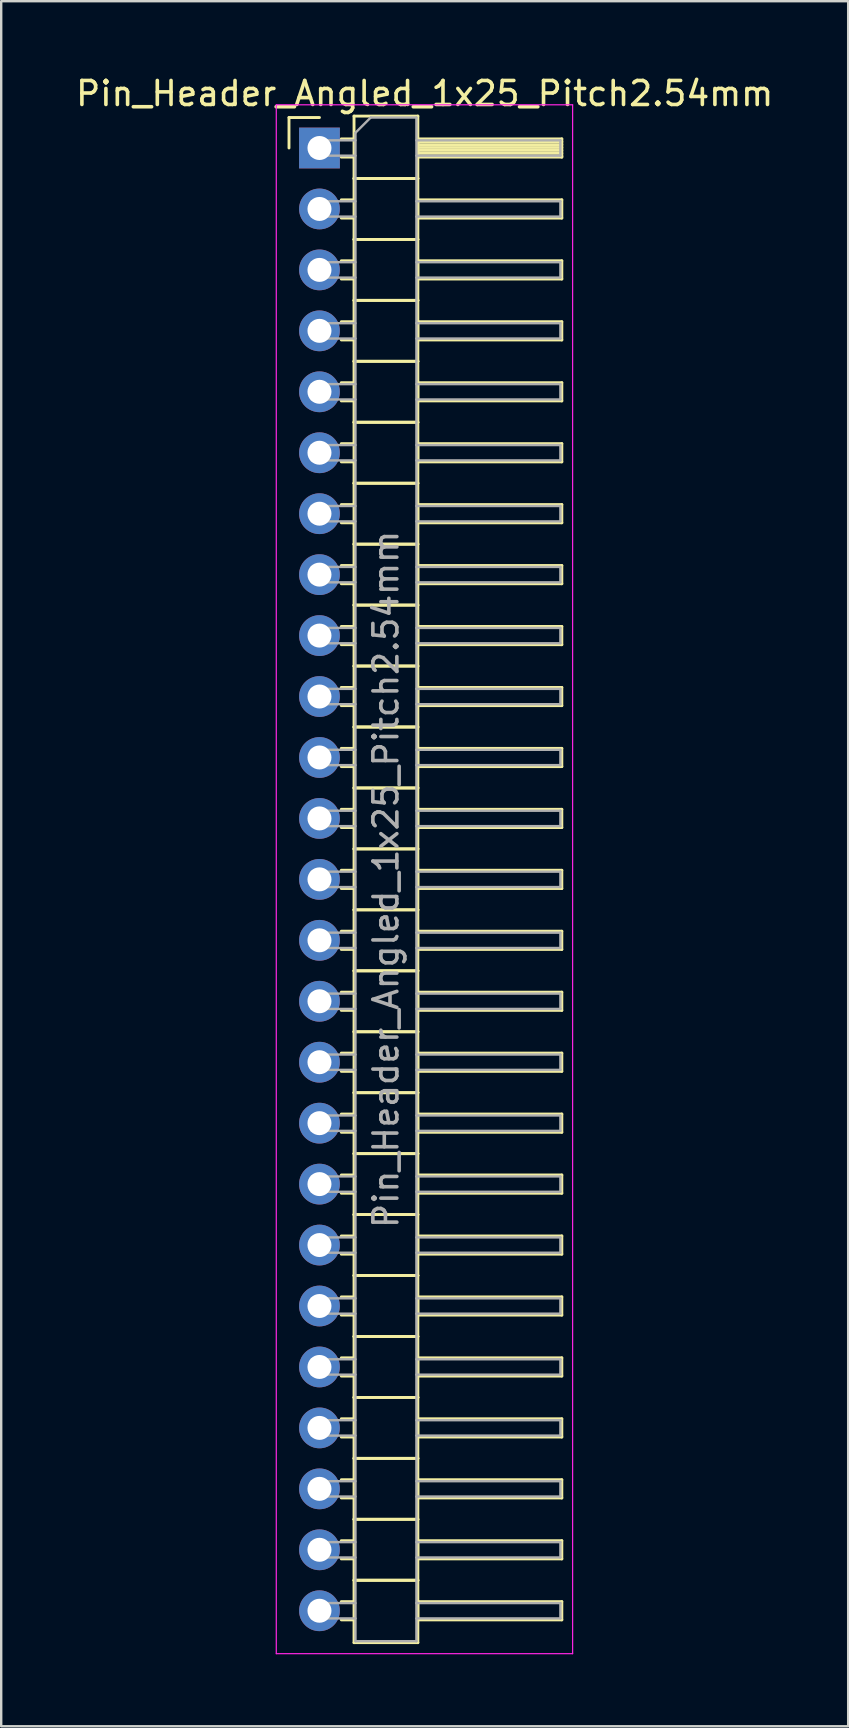
<source format=kicad_pcb>
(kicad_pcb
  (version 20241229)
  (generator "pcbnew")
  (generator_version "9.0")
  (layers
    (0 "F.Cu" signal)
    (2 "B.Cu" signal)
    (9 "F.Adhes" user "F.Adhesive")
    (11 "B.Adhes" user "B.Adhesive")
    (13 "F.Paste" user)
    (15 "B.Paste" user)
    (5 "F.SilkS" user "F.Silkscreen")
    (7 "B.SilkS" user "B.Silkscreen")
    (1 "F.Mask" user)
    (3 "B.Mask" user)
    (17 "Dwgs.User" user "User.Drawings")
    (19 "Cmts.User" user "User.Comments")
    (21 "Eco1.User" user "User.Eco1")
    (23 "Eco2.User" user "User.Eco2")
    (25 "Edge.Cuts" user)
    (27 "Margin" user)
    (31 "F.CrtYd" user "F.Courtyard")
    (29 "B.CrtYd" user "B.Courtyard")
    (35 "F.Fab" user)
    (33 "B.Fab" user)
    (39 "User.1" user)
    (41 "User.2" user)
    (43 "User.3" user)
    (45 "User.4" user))
  (footprint "Pin_Header_Angled_1x25_Pitch2.54mm"
    (layer "F.Cu")
    (at 10.264 3.118)
    (property "Reference" "Pin_Header_Angled_1x25_Pitch2.54mm" (at 4.385 -2.27 0) (layer "F.SilkS") (effects (font (size 1 1) (thickness 0.15))))
    (attr through_hole)
    (fp_line (start -1.27 -1.27) (end 0 -1.27) (stroke (width 0.12) (type solid)) (layer "F.SilkS"))
    (fp_line (start -1.27 0) (end -1.27 -1.27) (stroke (width 0.12) (type solid)) (layer "F.SilkS"))
    (fp_line (start 0.91 -0.38) (end 1.44 -0.38) (stroke (width 0.12) (type solid)) (layer "F.SilkS"))
    (fp_line (start 0.91 0.38) (end 1.44 0.38) (stroke (width 0.12) (type solid)) (layer "F.SilkS"))
    (fp_line (start 0.91 2.16) (end 1.44 2.16) (stroke (width 0.12) (type solid)) (layer "F.SilkS"))
    (fp_line (start 0.91 2.92) (end 1.44 2.92) (stroke (width 0.12) (type solid)) (layer "F.SilkS"))
    (fp_line (start 0.91 4.7) (end 1.44 4.7) (stroke (width 0.12) (type solid)) (layer "F.SilkS"))
    (fp_line (start 0.91 5.46) (end 1.44 5.46) (stroke (width 0.12) (type solid)) (layer "F.SilkS"))
    (fp_line (start 0.91 7.24) (end 1.44 7.24) (stroke (width 0.12) (type solid)) (layer "F.SilkS"))
    (fp_line (start 0.91 8) (end 1.44 8) (stroke (width 0.12) (type solid)) (layer "F.SilkS"))
    (fp_line (start 0.91 9.78) (end 1.44 9.78) (stroke (width 0.12) (type solid)) (layer "F.SilkS"))
    (fp_line (start 0.91 10.54) (end 1.44 10.54) (stroke (width 0.12) (type solid)) (layer "F.SilkS"))
    (fp_line (start 0.91 12.32) (end 1.44 12.32) (stroke (width 0.12) (type solid)) (layer "F.SilkS"))
    (fp_line (start 0.91 13.08) (end 1.44 13.08) (stroke (width 0.12) (type solid)) (layer "F.SilkS"))
    (fp_line (start 0.91 14.86) (end 1.44 14.86) (stroke (width 0.12) (type solid)) (layer "F.SilkS"))
    (fp_line (start 0.91 15.62) (end 1.44 15.62) (stroke (width 0.12) (type solid)) (layer "F.SilkS"))
    (fp_line (start 0.91 17.4) (end 1.44 17.4) (stroke (width 0.12) (type solid)) (layer "F.SilkS"))
    (fp_line (start 0.91 18.16) (end 1.44 18.16) (stroke (width 0.12) (type solid)) (layer "F.SilkS"))
    (fp_line (start 0.91 19.94) (end 1.44 19.94) (stroke (width 0.12) (type solid)) (layer "F.SilkS"))
    (fp_line (start 0.91 20.7) (end 1.44 20.7) (stroke (width 0.12) (type solid)) (layer "F.SilkS"))
    (fp_line (start 0.91 22.48) (end 1.44 22.48) (stroke (width 0.12) (type solid)) (layer "F.SilkS"))
    (fp_line (start 0.91 23.24) (end 1.44 23.24) (stroke (width 0.12) (type solid)) (layer "F.SilkS"))
    (fp_line (start 0.91 25.02) (end 1.44 25.02) (stroke (width 0.12) (type solid)) (layer "F.SilkS"))
    (fp_line (start 0.91 25.78) (end 1.44 25.78) (stroke (width 0.12) (type solid)) (layer "F.SilkS"))
    (fp_line (start 0.91 27.56) (end 1.44 27.56) (stroke (width 0.12) (type solid)) (layer "F.SilkS"))
    (fp_line (start 0.91 28.32) (end 1.44 28.32) (stroke (width 0.12) (type solid)) (layer "F.SilkS"))
    (fp_line (start 0.91 30.1) (end 1.44 30.1) (stroke (width 0.12) (type solid)) (layer "F.SilkS"))
    (fp_line (start 0.91 30.86) (end 1.44 30.86) (stroke (width 0.12) (type solid)) (layer "F.SilkS"))
    (fp_line (start 0.91 32.64) (end 1.44 32.64) (stroke (width 0.12) (type solid)) (layer "F.SilkS"))
    (fp_line (start 0.91 33.4) (end 1.44 33.4) (stroke (width 0.12) (type solid)) (layer "F.SilkS"))
    (fp_line (start 0.91 35.18) (end 1.44 35.18) (stroke (width 0.12) (type solid)) (layer "F.SilkS"))
    (fp_line (start 0.91 35.94) (end 1.44 35.94) (stroke (width 0.12) (type solid)) (layer "F.SilkS"))
    (fp_line (start 0.91 37.72) (end 1.44 37.72) (stroke (width 0.12) (type solid)) (layer "F.SilkS"))
    (fp_line (start 0.91 38.48) (end 1.44 38.48) (stroke (width 0.12) (type solid)) (layer "F.SilkS"))
    (fp_line (start 0.91 40.26) (end 1.44 40.26) (stroke (width 0.12) (type solid)) (layer "F.SilkS"))
    (fp_line (start 0.91 41.02) (end 1.44 41.02) (stroke (width 0.12) (type solid)) (layer "F.SilkS"))
    (fp_line (start 0.91 42.8) (end 1.44 42.8) (stroke (width 0.12) (type solid)) (layer "F.SilkS"))
    (fp_line (start 0.91 43.56) (end 1.44 43.56) (stroke (width 0.12) (type solid)) (layer "F.SilkS"))
    (fp_line (start 0.91 45.34) (end 1.44 45.34) (stroke (width 0.12) (type solid)) (layer "F.SilkS"))
    (fp_line (start 0.91 46.1) (end 1.44 46.1) (stroke (width 0.12) (type solid)) (layer "F.SilkS"))
    (fp_line (start 0.91 47.88) (end 1.44 47.88) (stroke (width 0.12) (type solid)) (layer "F.SilkS"))
    (fp_line (start 0.91 48.64) (end 1.44 48.64) (stroke (width 0.12) (type solid)) (layer "F.SilkS"))
    (fp_line (start 0.91 50.42) (end 1.44 50.42) (stroke (width 0.12) (type solid)) (layer "F.SilkS"))
    (fp_line (start 0.91 51.18) (end 1.44 51.18) (stroke (width 0.12) (type solid)) (layer "F.SilkS"))
    (fp_line (start 0.91 52.96) (end 1.44 52.96) (stroke (width 0.12) (type solid)) (layer "F.SilkS"))
    (fp_line (start 0.91 53.72) (end 1.44 53.72) (stroke (width 0.12) (type solid)) (layer "F.SilkS"))
    (fp_line (start 0.91 55.5) (end 1.44 55.5) (stroke (width 0.12) (type solid)) (layer "F.SilkS"))
    (fp_line (start 0.91 56.26) (end 1.44 56.26) (stroke (width 0.12) (type solid)) (layer "F.SilkS"))
    (fp_line (start 0.91 58.04) (end 1.44 58.04) (stroke (width 0.12) (type solid)) (layer "F.SilkS"))
    (fp_line (start 0.91 58.8) (end 1.44 58.8) (stroke (width 0.12) (type solid)) (layer "F.SilkS"))
    (fp_line (start 0.91 60.58) (end 1.44 60.58) (stroke (width 0.12) (type solid)) (layer "F.SilkS"))
    (fp_line (start 0.91 61.34) (end 1.44 61.34) (stroke (width 0.12) (type solid)) (layer "F.SilkS"))
    (fp_line (start 1.44 -1.33) (end 1.44 1.27) (stroke (width 0.12) (type solid)) (layer "F.SilkS"))
    (fp_line (start 1.44 1.27) (end 1.44 3.81) (stroke (width 0.12) (type solid)) (layer "F.SilkS"))
    (fp_line (start 1.44 1.27) (end 4.1 1.27) (stroke (width 0.12) (type solid)) (layer "F.SilkS"))
    (fp_line (start 1.44 3.81) (end 1.44 6.35) (stroke (width 0.12) (type solid)) (layer "F.SilkS"))
    (fp_line (start 1.44 3.81) (end 4.1 3.81) (stroke (width 0.12) (type solid)) (layer "F.SilkS"))
    (fp_line (start 1.44 6.35) (end 1.44 8.89) (stroke (width 0.12) (type solid)) (layer "F.SilkS"))
    (fp_line (start 1.44 6.35) (end 4.1 6.35) (stroke (width 0.12) (type solid)) (layer "F.SilkS"))
    (fp_line (start 1.44 8.89) (end 1.44 11.43) (stroke (width 0.12) (type solid)) (layer "F.SilkS"))
    (fp_line (start 1.44 8.89) (end 4.1 8.89) (stroke (width 0.12) (type solid)) (layer "F.SilkS"))
    (fp_line (start 1.44 11.43) (end 1.44 13.97) (stroke (width 0.12) (type solid)) (layer "F.SilkS"))
    (fp_line (start 1.44 11.43) (end 4.1 11.43) (stroke (width 0.12) (type solid)) (layer "F.SilkS"))
    (fp_line (start 1.44 13.97) (end 1.44 16.51) (stroke (width 0.12) (type solid)) (layer "F.SilkS"))
    (fp_line (start 1.44 13.97) (end 4.1 13.97) (stroke (width 0.12) (type solid)) (layer "F.SilkS"))
    (fp_line (start 1.44 16.51) (end 1.44 19.05) (stroke (width 0.12) (type solid)) (layer "F.SilkS"))
    (fp_line (start 1.44 16.51) (end 4.1 16.51) (stroke (width 0.12) (type solid)) (layer "F.SilkS"))
    (fp_line (start 1.44 19.05) (end 1.44 21.59) (stroke (width 0.12) (type solid)) (layer "F.SilkS"))
    (fp_line (start 1.44 19.05) (end 4.1 19.05) (stroke (width 0.12) (type solid)) (layer "F.SilkS"))
    (fp_line (start 1.44 21.59) (end 1.44 24.13) (stroke (width 0.12) (type solid)) (layer "F.SilkS"))
    (fp_line (start 1.44 21.59) (end 4.1 21.59) (stroke (width 0.12) (type solid)) (layer "F.SilkS"))
    (fp_line (start 1.44 24.13) (end 1.44 26.67) (stroke (width 0.12) (type solid)) (layer "F.SilkS"))
    (fp_line (start 1.44 24.13) (end 4.1 24.13) (stroke (width 0.12) (type solid)) (layer "F.SilkS"))
    (fp_line (start 1.44 26.67) (end 1.44 29.21) (stroke (width 0.12) (type solid)) (layer "F.SilkS"))
    (fp_line (start 1.44 26.67) (end 4.1 26.67) (stroke (width 0.12) (type solid)) (layer "F.SilkS"))
    (fp_line (start 1.44 29.21) (end 1.44 31.75) (stroke (width 0.12) (type solid)) (layer "F.SilkS"))
    (fp_line (start 1.44 29.21) (end 4.1 29.21) (stroke (width 0.12) (type solid)) (layer "F.SilkS"))
    (fp_line (start 1.44 31.75) (end 1.44 34.29) (stroke (width 0.12) (type solid)) (layer "F.SilkS"))
    (fp_line (start 1.44 31.75) (end 4.1 31.75) (stroke (width 0.12) (type solid)) (layer "F.SilkS"))
    (fp_line (start 1.44 34.29) (end 1.44 36.83) (stroke (width 0.12) (type solid)) (layer "F.SilkS"))
    (fp_line (start 1.44 34.29) (end 4.1 34.29) (stroke (width 0.12) (type solid)) (layer "F.SilkS"))
    (fp_line (start 1.44 36.83) (end 1.44 39.37) (stroke (width 0.12) (type solid)) (layer "F.SilkS"))
    (fp_line (start 1.44 36.83) (end 4.1 36.83) (stroke (width 0.12) (type solid)) (layer "F.SilkS"))
    (fp_line (start 1.44 39.37) (end 1.44 41.91) (stroke (width 0.12) (type solid)) (layer "F.SilkS"))
    (fp_line (start 1.44 39.37) (end 4.1 39.37) (stroke (width 0.12) (type solid)) (layer "F.SilkS"))
    (fp_line (start 1.44 41.91) (end 1.44 44.45) (stroke (width 0.12) (type solid)) (layer "F.SilkS"))
    (fp_line (start 1.44 41.91) (end 4.1 41.91) (stroke (width 0.12) (type solid)) (layer "F.SilkS"))
    (fp_line (start 1.44 44.45) (end 1.44 46.99) (stroke (width 0.12) (type solid)) (layer "F.SilkS"))
    (fp_line (start 1.44 44.45) (end 4.1 44.45) (stroke (width 0.12) (type solid)) (layer "F.SilkS"))
    (fp_line (start 1.44 46.99) (end 1.44 49.53) (stroke (width 0.12) (type solid)) (layer "F.SilkS"))
    (fp_line (start 1.44 46.99) (end 4.1 46.99) (stroke (width 0.12) (type solid)) (layer "F.SilkS"))
    (fp_line (start 1.44 49.53) (end 1.44 52.07) (stroke (width 0.12) (type solid)) (layer "F.SilkS"))
    (fp_line (start 1.44 49.53) (end 4.1 49.53) (stroke (width 0.12) (type solid)) (layer "F.SilkS"))
    (fp_line (start 1.44 52.07) (end 1.44 54.61) (stroke (width 0.12) (type solid)) (layer "F.SilkS"))
    (fp_line (start 1.44 52.07) (end 4.1 52.07) (stroke (width 0.12) (type solid)) (layer "F.SilkS"))
    (fp_line (start 1.44 54.61) (end 1.44 57.15) (stroke (width 0.12) (type solid)) (layer "F.SilkS"))
    (fp_line (start 1.44 54.61) (end 4.1 54.61) (stroke (width 0.12) (type solid)) (layer "F.SilkS"))
    (fp_line (start 1.44 57.15) (end 1.44 59.69) (stroke (width 0.12) (type solid)) (layer "F.SilkS"))
    (fp_line (start 1.44 57.15) (end 4.1 57.15) (stroke (width 0.12) (type solid)) (layer "F.SilkS"))
    (fp_line (start 1.44 59.69) (end 1.44 62.29) (stroke (width 0.12) (type solid)) (layer "F.SilkS"))
    (fp_line (start 1.44 59.69) (end 4.1 59.69) (stroke (width 0.12) (type solid)) (layer "F.SilkS"))
    (fp_line (start 1.44 62.29) (end 4.1 62.29) (stroke (width 0.12) (type solid)) (layer "F.SilkS"))
    (fp_line (start 4.1 -1.33) (end 1.44 -1.33) (stroke (width 0.12) (type solid)) (layer "F.SilkS"))
    (fp_line (start 4.1 -0.38) (end 4.1 0.38) (stroke (width 0.12) (type solid)) (layer "F.SilkS"))
    (fp_line (start 4.1 -0.26) (end 10.1 -0.26) (stroke (width 0.12) (type solid)) (layer "F.SilkS"))
    (fp_line (start 4.1 -0.14) (end 10.1 -0.14) (stroke (width 0.12) (type solid)) (layer "F.SilkS"))
    (fp_line (start 4.1 -0.02) (end 10.1 -0.02) (stroke (width 0.12) (type solid)) (layer "F.SilkS"))
    (fp_line (start 4.1 0.1) (end 10.1 0.1) (stroke (width 0.12) (type solid)) (layer "F.SilkS"))
    (fp_line (start 4.1 0.22) (end 10.1 0.22) (stroke (width 0.12) (type solid)) (layer "F.SilkS"))
    (fp_line (start 4.1 0.34) (end 10.1 0.34) (stroke (width 0.12) (type solid)) (layer "F.SilkS"))
    (fp_line (start 4.1 0.38) (end 10.1 0.38) (stroke (width 0.12) (type solid)) (layer "F.SilkS"))
    (fp_line (start 4.1 1.27) (end 1.44 1.27) (stroke (width 0.12) (type solid)) (layer "F.SilkS"))
    (fp_line (start 4.1 1.27) (end 4.1 -1.33) (stroke (width 0.12) (type solid)) (layer "F.SilkS"))
    (fp_line (start 4.1 2.16) (end 4.1 2.92) (stroke (width 0.12) (type solid)) (layer "F.SilkS"))
    (fp_line (start 4.1 2.92) (end 10.1 2.92) (stroke (width 0.12) (type solid)) (layer "F.SilkS"))
    (fp_line (start 4.1 3.81) (end 1.44 3.81) (stroke (width 0.12) (type solid)) (layer "F.SilkS"))
    (fp_line (start 4.1 3.81) (end 4.1 1.27) (stroke (width 0.12) (type solid)) (layer "F.SilkS"))
    (fp_line (start 4.1 4.7) (end 4.1 5.46) (stroke (width 0.12) (type solid)) (layer "F.SilkS"))
    (fp_line (start 4.1 5.46) (end 10.1 5.46) (stroke (width 0.12) (type solid)) (layer "F.SilkS"))
    (fp_line (start 4.1 6.35) (end 1.44 6.35) (stroke (width 0.12) (type solid)) (layer "F.SilkS"))
    (fp_line (start 4.1 6.35) (end 4.1 3.81) (stroke (width 0.12) (type solid)) (layer "F.SilkS"))
    (fp_line (start 4.1 7.24) (end 4.1 8) (stroke (width 0.12) (type solid)) (layer "F.SilkS"))
    (fp_line (start 4.1 8) (end 10.1 8) (stroke (width 0.12) (type solid)) (layer "F.SilkS"))
    (fp_line (start 4.1 8.89) (end 1.44 8.89) (stroke (width 0.12) (type solid)) (layer "F.SilkS"))
    (fp_line (start 4.1 8.89) (end 4.1 6.35) (stroke (width 0.12) (type solid)) (layer "F.SilkS"))
    (fp_line (start 4.1 9.78) (end 4.1 10.54) (stroke (width 0.12) (type solid)) (layer "F.SilkS"))
    (fp_line (start 4.1 10.54) (end 10.1 10.54) (stroke (width 0.12) (type solid)) (layer "F.SilkS"))
    (fp_line (start 4.1 11.43) (end 1.44 11.43) (stroke (width 0.12) (type solid)) (layer "F.SilkS"))
    (fp_line (start 4.1 11.43) (end 4.1 8.89) (stroke (width 0.12) (type solid)) (layer "F.SilkS"))
    (fp_line (start 4.1 12.32) (end 4.1 13.08) (stroke (width 0.12) (type solid)) (layer "F.SilkS"))
    (fp_line (start 4.1 13.08) (end 10.1 13.08) (stroke (width 0.12) (type solid)) (layer "F.SilkS"))
    (fp_line (start 4.1 13.97) (end 1.44 13.97) (stroke (width 0.12) (type solid)) (layer "F.SilkS"))
    (fp_line (start 4.1 13.97) (end 4.1 11.43) (stroke (width 0.12) (type solid)) (layer "F.SilkS"))
    (fp_line (start 4.1 14.86) (end 4.1 15.62) (stroke (width 0.12) (type solid)) (layer "F.SilkS"))
    (fp_line (start 4.1 15.62) (end 10.1 15.62) (stroke (width 0.12) (type solid)) (layer "F.SilkS"))
    (fp_line (start 4.1 16.51) (end 1.44 16.51) (stroke (width 0.12) (type solid)) (layer "F.SilkS"))
    (fp_line (start 4.1 16.51) (end 4.1 13.97) (stroke (width 0.12) (type solid)) (layer "F.SilkS"))
    (fp_line (start 4.1 17.4) (end 4.1 18.16) (stroke (width 0.12) (type solid)) (layer "F.SilkS"))
    (fp_line (start 4.1 18.16) (end 10.1 18.16) (stroke (width 0.12) (type solid)) (layer "F.SilkS"))
    (fp_line (start 4.1 19.05) (end 1.44 19.05) (stroke (width 0.12) (type solid)) (layer "F.SilkS"))
    (fp_line (start 4.1 19.05) (end 4.1 16.51) (stroke (width 0.12) (type solid)) (layer "F.SilkS"))
    (fp_line (start 4.1 19.94) (end 4.1 20.7) (stroke (width 0.12) (type solid)) (layer "F.SilkS"))
    (fp_line (start 4.1 20.7) (end 10.1 20.7) (stroke (width 0.12) (type solid)) (layer "F.SilkS"))
    (fp_line (start 4.1 21.59) (end 1.44 21.59) (stroke (width 0.12) (type solid)) (layer "F.SilkS"))
    (fp_line (start 4.1 21.59) (end 4.1 19.05) (stroke (width 0.12) (type solid)) (layer "F.SilkS"))
    (fp_line (start 4.1 22.48) (end 4.1 23.24) (stroke (width 0.12) (type solid)) (layer "F.SilkS"))
    (fp_line (start 4.1 23.24) (end 10.1 23.24) (stroke (width 0.12) (type solid)) (layer "F.SilkS"))
    (fp_line (start 4.1 24.13) (end 1.44 24.13) (stroke (width 0.12) (type solid)) (layer "F.SilkS"))
    (fp_line (start 4.1 24.13) (end 4.1 21.59) (stroke (width 0.12) (type solid)) (layer "F.SilkS"))
    (fp_line (start 4.1 25.02) (end 4.1 25.78) (stroke (width 0.12) (type solid)) (layer "F.SilkS"))
    (fp_line (start 4.1 25.78) (end 10.1 25.78) (stroke (width 0.12) (type solid)) (layer "F.SilkS"))
    (fp_line (start 4.1 26.67) (end 1.44 26.67) (stroke (width 0.12) (type solid)) (layer "F.SilkS"))
    (fp_line (start 4.1 26.67) (end 4.1 24.13) (stroke (width 0.12) (type solid)) (layer "F.SilkS"))
    (fp_line (start 4.1 27.56) (end 4.1 28.32) (stroke (width 0.12) (type solid)) (layer "F.SilkS"))
    (fp_line (start 4.1 28.32) (end 10.1 28.32) (stroke (width 0.12) (type solid)) (layer "F.SilkS"))
    (fp_line (start 4.1 29.21) (end 1.44 29.21) (stroke (width 0.12) (type solid)) (layer "F.SilkS"))
    (fp_line (start 4.1 29.21) (end 4.1 26.67) (stroke (width 0.12) (type solid)) (layer "F.SilkS"))
    (fp_line (start 4.1 30.1) (end 4.1 30.86) (stroke (width 0.12) (type solid)) (layer "F.SilkS"))
    (fp_line (start 4.1 30.86) (end 10.1 30.86) (stroke (width 0.12) (type solid)) (layer "F.SilkS"))
    (fp_line (start 4.1 31.75) (end 1.44 31.75) (stroke (width 0.12) (type solid)) (layer "F.SilkS"))
    (fp_line (start 4.1 31.75) (end 4.1 29.21) (stroke (width 0.12) (type solid)) (layer "F.SilkS"))
    (fp_line (start 4.1 32.64) (end 4.1 33.4) (stroke (width 0.12) (type solid)) (layer "F.SilkS"))
    (fp_line (start 4.1 33.4) (end 10.1 33.4) (stroke (width 0.12) (type solid)) (layer "F.SilkS"))
    (fp_line (start 4.1 34.29) (end 1.44 34.29) (stroke (width 0.12) (type solid)) (layer "F.SilkS"))
    (fp_line (start 4.1 34.29) (end 4.1 31.75) (stroke (width 0.12) (type solid)) (layer "F.SilkS"))
    (fp_line (start 4.1 35.18) (end 4.1 35.94) (stroke (width 0.12) (type solid)) (layer "F.SilkS"))
    (fp_line (start 4.1 35.94) (end 10.1 35.94) (stroke (width 0.12) (type solid)) (layer "F.SilkS"))
    (fp_line (start 4.1 36.83) (end 1.44 36.83) (stroke (width 0.12) (type solid)) (layer "F.SilkS"))
    (fp_line (start 4.1 36.83) (end 4.1 34.29) (stroke (width 0.12) (type solid)) (layer "F.SilkS"))
    (fp_line (start 4.1 37.72) (end 4.1 38.48) (stroke (width 0.12) (type solid)) (layer "F.SilkS"))
    (fp_line (start 4.1 38.48) (end 10.1 38.48) (stroke (width 0.12) (type solid)) (layer "F.SilkS"))
    (fp_line (start 4.1 39.37) (end 1.44 39.37) (stroke (width 0.12) (type solid)) (layer "F.SilkS"))
    (fp_line (start 4.1 39.37) (end 4.1 36.83) (stroke (width 0.12) (type solid)) (layer "F.SilkS"))
    (fp_line (start 4.1 40.26) (end 4.1 41.02) (stroke (width 0.12) (type solid)) (layer "F.SilkS"))
    (fp_line (start 4.1 41.02) (end 10.1 41.02) (stroke (width 0.12) (type solid)) (layer "F.SilkS"))
    (fp_line (start 4.1 41.91) (end 1.44 41.91) (stroke (width 0.12) (type solid)) (layer "F.SilkS"))
    (fp_line (start 4.1 41.91) (end 4.1 39.37) (stroke (width 0.12) (type solid)) (layer "F.SilkS"))
    (fp_line (start 4.1 42.8) (end 4.1 43.56) (stroke (width 0.12) (type solid)) (layer "F.SilkS"))
    (fp_line (start 4.1 43.56) (end 10.1 43.56) (stroke (width 0.12) (type solid)) (layer "F.SilkS"))
    (fp_line (start 4.1 44.45) (end 1.44 44.45) (stroke (width 0.12) (type solid)) (layer "F.SilkS"))
    (fp_line (start 4.1 44.45) (end 4.1 41.91) (stroke (width 0.12) (type solid)) (layer "F.SilkS"))
    (fp_line (start 4.1 45.34) (end 4.1 46.1) (stroke (width 0.12) (type solid)) (layer "F.SilkS"))
    (fp_line (start 4.1 46.1) (end 10.1 46.1) (stroke (width 0.12) (type solid)) (layer "F.SilkS"))
    (fp_line (start 4.1 46.99) (end 1.44 46.99) (stroke (width 0.12) (type solid)) (layer "F.SilkS"))
    (fp_line (start 4.1 46.99) (end 4.1 44.45) (stroke (width 0.12) (type solid)) (layer "F.SilkS"))
    (fp_line (start 4.1 47.88) (end 4.1 48.64) (stroke (width 0.12) (type solid)) (layer "F.SilkS"))
    (fp_line (start 4.1 48.64) (end 10.1 48.64) (stroke (width 0.12) (type solid)) (layer "F.SilkS"))
    (fp_line (start 4.1 49.53) (end 1.44 49.53) (stroke (width 0.12) (type solid)) (layer "F.SilkS"))
    (fp_line (start 4.1 49.53) (end 4.1 46.99) (stroke (width 0.12) (type solid)) (layer "F.SilkS"))
    (fp_line (start 4.1 50.42) (end 4.1 51.18) (stroke (width 0.12) (type solid)) (layer "F.SilkS"))
    (fp_line (start 4.1 51.18) (end 10.1 51.18) (stroke (width 0.12) (type solid)) (layer "F.SilkS"))
    (fp_line (start 4.1 52.07) (end 1.44 52.07) (stroke (width 0.12) (type solid)) (layer "F.SilkS"))
    (fp_line (start 4.1 52.07) (end 4.1 49.53) (stroke (width 0.12) (type solid)) (layer "F.SilkS"))
    (fp_line (start 4.1 52.96) (end 4.1 53.72) (stroke (width 0.12) (type solid)) (layer "F.SilkS"))
    (fp_line (start 4.1 53.72) (end 10.1 53.72) (stroke (width 0.12) (type solid)) (layer "F.SilkS"))
    (fp_line (start 4.1 54.61) (end 1.44 54.61) (stroke (width 0.12) (type solid)) (layer "F.SilkS"))
    (fp_line (start 4.1 54.61) (end 4.1 52.07) (stroke (width 0.12) (type solid)) (layer "F.SilkS"))
    (fp_line (start 4.1 55.5) (end 4.1 56.26) (stroke (width 0.12) (type solid)) (layer "F.SilkS"))
    (fp_line (start 4.1 56.26) (end 10.1 56.26) (stroke (width 0.12) (type solid)) (layer "F.SilkS"))
    (fp_line (start 4.1 57.15) (end 1.44 57.15) (stroke (width 0.12) (type solid)) (layer "F.SilkS"))
    (fp_line (start 4.1 57.15) (end 4.1 54.61) (stroke (width 0.12) (type solid)) (layer "F.SilkS"))
    (fp_line (start 4.1 58.04) (end 4.1 58.8) (stroke (width 0.12) (type solid)) (layer "F.SilkS"))
    (fp_line (start 4.1 58.8) (end 10.1 58.8) (stroke (width 0.12) (type solid)) (layer "F.SilkS"))
    (fp_line (start 4.1 59.69) (end 1.44 59.69) (stroke (width 0.12) (type solid)) (layer "F.SilkS"))
    (fp_line (start 4.1 59.69) (end 4.1 57.15) (stroke (width 0.12) (type solid)) (layer "F.SilkS"))
    (fp_line (start 4.1 60.58) (end 4.1 61.34) (stroke (width 0.12) (type solid)) (layer "F.SilkS"))
    (fp_line (start 4.1 61.34) (end 10.1 61.34) (stroke (width 0.12) (type solid)) (layer "F.SilkS"))
    (fp_line (start 4.1 62.29) (end 4.1 59.69) (stroke (width 0.12) (type solid)) (layer "F.SilkS"))
    (fp_line (start 10.1 -0.38) (end 4.1 -0.38) (stroke (width 0.12) (type solid)) (layer "F.SilkS"))
    (fp_line (start 10.1 0.38) (end 10.1 -0.38) (stroke (width 0.12) (type solid)) (layer "F.SilkS"))
    (fp_line (start 10.1 2.16) (end 4.1 2.16) (stroke (width 0.12) (type solid)) (layer "F.SilkS"))
    (fp_line (start 10.1 2.92) (end 10.1 2.16) (stroke (width 0.12) (type solid)) (layer "F.SilkS"))
    (fp_line (start 10.1 4.7) (end 4.1 4.7) (stroke (width 0.12) (type solid)) (layer "F.SilkS"))
    (fp_line (start 10.1 5.46) (end 10.1 4.7) (stroke (width 0.12) (type solid)) (layer "F.SilkS"))
    (fp_line (start 10.1 7.24) (end 4.1 7.24) (stroke (width 0.12) (type solid)) (layer "F.SilkS"))
    (fp_line (start 10.1 8) (end 10.1 7.24) (stroke (width 0.12) (type solid)) (layer "F.SilkS"))
    (fp_line (start 10.1 9.78) (end 4.1 9.78) (stroke (width 0.12) (type solid)) (layer "F.SilkS"))
    (fp_line (start 10.1 10.54) (end 10.1 9.78) (stroke (width 0.12) (type solid)) (layer "F.SilkS"))
    (fp_line (start 10.1 12.32) (end 4.1 12.32) (stroke (width 0.12) (type solid)) (layer "F.SilkS"))
    (fp_line (start 10.1 13.08) (end 10.1 12.32) (stroke (width 0.12) (type solid)) (layer "F.SilkS"))
    (fp_line (start 10.1 14.86) (end 4.1 14.86) (stroke (width 0.12) (type solid)) (layer "F.SilkS"))
    (fp_line (start 10.1 15.62) (end 10.1 14.86) (stroke (width 0.12) (type solid)) (layer "F.SilkS"))
    (fp_line (start 10.1 17.4) (end 4.1 17.4) (stroke (width 0.12) (type solid)) (layer "F.SilkS"))
    (fp_line (start 10.1 18.16) (end 10.1 17.4) (stroke (width 0.12) (type solid)) (layer "F.SilkS"))
    (fp_line (start 10.1 19.94) (end 4.1 19.94) (stroke (width 0.12) (type solid)) (layer "F.SilkS"))
    (fp_line (start 10.1 20.7) (end 10.1 19.94) (stroke (width 0.12) (type solid)) (layer "F.SilkS"))
    (fp_line (start 10.1 22.48) (end 4.1 22.48) (stroke (width 0.12) (type solid)) (layer "F.SilkS"))
    (fp_line (start 10.1 23.24) (end 10.1 22.48) (stroke (width 0.12) (type solid)) (layer "F.SilkS"))
    (fp_line (start 10.1 25.02) (end 4.1 25.02) (stroke (width 0.12) (type solid)) (layer "F.SilkS"))
    (fp_line (start 10.1 25.78) (end 10.1 25.02) (stroke (width 0.12) (type solid)) (layer "F.SilkS"))
    (fp_line (start 10.1 27.56) (end 4.1 27.56) (stroke (width 0.12) (type solid)) (layer "F.SilkS"))
    (fp_line (start 10.1 28.32) (end 10.1 27.56) (stroke (width 0.12) (type solid)) (layer "F.SilkS"))
    (fp_line (start 10.1 30.1) (end 4.1 30.1) (stroke (width 0.12) (type solid)) (layer "F.SilkS"))
    (fp_line (start 10.1 30.86) (end 10.1 30.1) (stroke (width 0.12) (type solid)) (layer "F.SilkS"))
    (fp_line (start 10.1 32.64) (end 4.1 32.64) (stroke (width 0.12) (type solid)) (layer "F.SilkS"))
    (fp_line (start 10.1 33.4) (end 10.1 32.64) (stroke (width 0.12) (type solid)) (layer "F.SilkS"))
    (fp_line (start 10.1 35.18) (end 4.1 35.18) (stroke (width 0.12) (type solid)) (layer "F.SilkS"))
    (fp_line (start 10.1 35.94) (end 10.1 35.18) (stroke (width 0.12) (type solid)) (layer "F.SilkS"))
    (fp_line (start 10.1 37.72) (end 4.1 37.72) (stroke (width 0.12) (type solid)) (layer "F.SilkS"))
    (fp_line (start 10.1 38.48) (end 10.1 37.72) (stroke (width 0.12) (type solid)) (layer "F.SilkS"))
    (fp_line (start 10.1 40.26) (end 4.1 40.26) (stroke (width 0.12) (type solid)) (layer "F.SilkS"))
    (fp_line (start 10.1 41.02) (end 10.1 40.26) (stroke (width 0.12) (type solid)) (layer "F.SilkS"))
    (fp_line (start 10.1 42.8) (end 4.1 42.8) (stroke (width 0.12) (type solid)) (layer "F.SilkS"))
    (fp_line (start 10.1 43.56) (end 10.1 42.8) (stroke (width 0.12) (type solid)) (layer "F.SilkS"))
    (fp_line (start 10.1 45.34) (end 4.1 45.34) (stroke (width 0.12) (type solid)) (layer "F.SilkS"))
    (fp_line (start 10.1 46.1) (end 10.1 45.34) (stroke (width 0.12) (type solid)) (layer "F.SilkS"))
    (fp_line (start 10.1 47.88) (end 4.1 47.88) (stroke (width 0.12) (type solid)) (layer "F.SilkS"))
    (fp_line (start 10.1 48.64) (end 10.1 47.88) (stroke (width 0.12) (type solid)) (layer "F.SilkS"))
    (fp_line (start 10.1 50.42) (end 4.1 50.42) (stroke (width 0.12) (type solid)) (layer "F.SilkS"))
    (fp_line (start 10.1 51.18) (end 10.1 50.42) (stroke (width 0.12) (type solid)) (layer "F.SilkS"))
    (fp_line (start 10.1 52.96) (end 4.1 52.96) (stroke (width 0.12) (type solid)) (layer "F.SilkS"))
    (fp_line (start 10.1 53.72) (end 10.1 52.96) (stroke (width 0.12) (type solid)) (layer "F.SilkS"))
    (fp_line (start 10.1 55.5) (end 4.1 55.5) (stroke (width 0.12) (type solid)) (layer "F.SilkS"))
    (fp_line (start 10.1 56.26) (end 10.1 55.5) (stroke (width 0.12) (type solid)) (layer "F.SilkS"))
    (fp_line (start 10.1 58.04) (end 4.1 58.04) (stroke (width 0.12) (type solid)) (layer "F.SilkS"))
    (fp_line (start 10.1 58.8) (end 10.1 58.04) (stroke (width 0.12) (type solid)) (layer "F.SilkS"))
    (fp_line (start 10.1 60.58) (end 4.1 60.58) (stroke (width 0.12) (type solid)) (layer "F.SilkS"))
    (fp_line (start 10.1 61.34) (end 10.1 60.58) (stroke (width 0.12) (type solid)) (layer "F.SilkS"))
    (fp_line (start -1.8 -1.8) (end -1.8 62.75) (stroke (width 0.05) (type solid)) (layer "F.CrtYd"))
    (fp_line (start -1.8 62.75) (end 10.55 62.75) (stroke (width 0.05) (type solid)) (layer "F.CrtYd"))
    (fp_line (start 10.55 -1.8) (end -1.8 -1.8) (stroke (width 0.05) (type solid)) (layer "F.CrtYd"))
    (fp_line (start 10.55 62.75) (end 10.55 -1.8) (stroke (width 0.05) (type solid)) (layer "F.CrtYd"))
    (fp_line (start -0.32 -0.32) (end -0.32 0.32) (stroke (width 0.1) (type solid)) (layer "F.Fab"))
    (fp_line (start -0.32 -0.32) (end 1.5 -0.32) (stroke (width 0.1) (type solid)) (layer "F.Fab"))
    (fp_line (start -0.32 0.32) (end 1.5 0.32) (stroke (width 0.1) (type solid)) (layer "F.Fab"))
    (fp_line (start -0.32 2.22) (end -0.32 2.86) (stroke (width 0.1) (type solid)) (layer "F.Fab"))
    (fp_line (start -0.32 2.22) (end 1.5 2.22) (stroke (width 0.1) (type solid)) (layer "F.Fab"))
    (fp_line (start -0.32 2.86) (end 1.5 2.86) (stroke (width 0.1) (type solid)) (layer "F.Fab"))
    (fp_line (start -0.32 4.76) (end -0.32 5.4) (stroke (width 0.1) (type solid)) (layer "F.Fab"))
    (fp_line (start -0.32 4.76) (end 1.5 4.76) (stroke (width 0.1) (type solid)) (layer "F.Fab"))
    (fp_line (start -0.32 5.4) (end 1.5 5.4) (stroke (width 0.1) (type solid)) (layer "F.Fab"))
    (fp_line (start -0.32 7.3) (end -0.32 7.94) (stroke (width 0.1) (type solid)) (layer "F.Fab"))
    (fp_line (start -0.32 7.3) (end 1.5 7.3) (stroke (width 0.1) (type solid)) (layer "F.Fab"))
    (fp_line (start -0.32 7.94) (end 1.5 7.94) (stroke (width 0.1) (type solid)) (layer "F.Fab"))
    (fp_line (start -0.32 9.84) (end -0.32 10.48) (stroke (width 0.1) (type solid)) (layer "F.Fab"))
    (fp_line (start -0.32 9.84) (end 1.5 9.84) (stroke (width 0.1) (type solid)) (layer "F.Fab"))
    (fp_line (start -0.32 10.48) (end 1.5 10.48) (stroke (width 0.1) (type solid)) (layer "F.Fab"))
    (fp_line (start -0.32 12.38) (end -0.32 13.02) (stroke (width 0.1) (type solid)) (layer "F.Fab"))
    (fp_line (start -0.32 12.38) (end 1.5 12.38) (stroke (width 0.1) (type solid)) (layer "F.Fab"))
    (fp_line (start -0.32 13.02) (end 1.5 13.02) (stroke (width 0.1) (type solid)) (layer "F.Fab"))
    (fp_line (start -0.32 14.92) (end -0.32 15.56) (stroke (width 0.1) (type solid)) (layer "F.Fab"))
    (fp_line (start -0.32 14.92) (end 1.5 14.92) (stroke (width 0.1) (type solid)) (layer "F.Fab"))
    (fp_line (start -0.32 15.56) (end 1.5 15.56) (stroke (width 0.1) (type solid)) (layer "F.Fab"))
    (fp_line (start -0.32 17.46) (end -0.32 18.1) (stroke (width 0.1) (type solid)) (layer "F.Fab"))
    (fp_line (start -0.32 17.46) (end 1.5 17.46) (stroke (width 0.1) (type solid)) (layer "F.Fab"))
    (fp_line (start -0.32 18.1) (end 1.5 18.1) (stroke (width 0.1) (type solid)) (layer "F.Fab"))
    (fp_line (start -0.32 20) (end -0.32 20.64) (stroke (width 0.1) (type solid)) (layer "F.Fab"))
    (fp_line (start -0.32 20) (end 1.5 20) (stroke (width 0.1) (type solid)) (layer "F.Fab"))
    (fp_line (start -0.32 20.64) (end 1.5 20.64) (stroke (width 0.1) (type solid)) (layer "F.Fab"))
    (fp_line (start -0.32 22.54) (end -0.32 23.18) (stroke (width 0.1) (type solid)) (layer "F.Fab"))
    (fp_line (start -0.32 22.54) (end 1.5 22.54) (stroke (width 0.1) (type solid)) (layer "F.Fab"))
    (fp_line (start -0.32 23.18) (end 1.5 23.18) (stroke (width 0.1) (type solid)) (layer "F.Fab"))
    (fp_line (start -0.32 25.08) (end -0.32 25.72) (stroke (width 0.1) (type solid)) (layer "F.Fab"))
    (fp_line (start -0.32 25.08) (end 1.5 25.08) (stroke (width 0.1) (type solid)) (layer "F.Fab"))
    (fp_line (start -0.32 25.72) (end 1.5 25.72) (stroke (width 0.1) (type solid)) (layer "F.Fab"))
    (fp_line (start -0.32 27.62) (end -0.32 28.26) (stroke (width 0.1) (type solid)) (layer "F.Fab"))
    (fp_line (start -0.32 27.62) (end 1.5 27.62) (stroke (width 0.1) (type solid)) (layer "F.Fab"))
    (fp_line (start -0.32 28.26) (end 1.5 28.26) (stroke (width 0.1) (type solid)) (layer "F.Fab"))
    (fp_line (start -0.32 30.16) (end -0.32 30.8) (stroke (width 0.1) (type solid)) (layer "F.Fab"))
    (fp_line (start -0.32 30.16) (end 1.5 30.16) (stroke (width 0.1) (type solid)) (layer "F.Fab"))
    (fp_line (start -0.32 30.8) (end 1.5 30.8) (stroke (width 0.1) (type solid)) (layer "F.Fab"))
    (fp_line (start -0.32 32.7) (end -0.32 33.34) (stroke (width 0.1) (type solid)) (layer "F.Fab"))
    (fp_line (start -0.32 32.7) (end 1.5 32.7) (stroke (width 0.1) (type solid)) (layer "F.Fab"))
    (fp_line (start -0.32 33.34) (end 1.5 33.34) (stroke (width 0.1) (type solid)) (layer "F.Fab"))
    (fp_line (start -0.32 35.24) (end -0.32 35.88) (stroke (width 0.1) (type solid)) (layer "F.Fab"))
    (fp_line (start -0.32 35.24) (end 1.5 35.24) (stroke (width 0.1) (type solid)) (layer "F.Fab"))
    (fp_line (start -0.32 35.88) (end 1.5 35.88) (stroke (width 0.1) (type solid)) (layer "F.Fab"))
    (fp_line (start -0.32 37.78) (end -0.32 38.42) (stroke (width 0.1) (type solid)) (layer "F.Fab"))
    (fp_line (start -0.32 37.78) (end 1.5 37.78) (stroke (width 0.1) (type solid)) (layer "F.Fab"))
    (fp_line (start -0.32 38.42) (end 1.5 38.42) (stroke (width 0.1) (type solid)) (layer "F.Fab"))
    (fp_line (start -0.32 40.32) (end -0.32 40.96) (stroke (width 0.1) (type solid)) (layer "F.Fab"))
    (fp_line (start -0.32 40.32) (end 1.5 40.32) (stroke (width 0.1) (type solid)) (layer "F.Fab"))
    (fp_line (start -0.32 40.96) (end 1.5 40.96) (stroke (width 0.1) (type solid)) (layer "F.Fab"))
    (fp_line (start -0.32 42.86) (end -0.32 43.5) (stroke (width 0.1) (type solid)) (layer "F.Fab"))
    (fp_line (start -0.32 42.86) (end 1.5 42.86) (stroke (width 0.1) (type solid)) (layer "F.Fab"))
    (fp_line (start -0.32 43.5) (end 1.5 43.5) (stroke (width 0.1) (type solid)) (layer "F.Fab"))
    (fp_line (start -0.32 45.4) (end -0.32 46.04) (stroke (width 0.1) (type solid)) (layer "F.Fab"))
    (fp_line (start -0.32 45.4) (end 1.5 45.4) (stroke (width 0.1) (type solid)) (layer "F.Fab"))
    (fp_line (start -0.32 46.04) (end 1.5 46.04) (stroke (width 0.1) (type solid)) (layer "F.Fab"))
    (fp_line (start -0.32 47.94) (end -0.32 48.58) (stroke (width 0.1) (type solid)) (layer "F.Fab"))
    (fp_line (start -0.32 47.94) (end 1.5 47.94) (stroke (width 0.1) (type solid)) (layer "F.Fab"))
    (fp_line (start -0.32 48.58) (end 1.5 48.58) (stroke (width 0.1) (type solid)) (layer "F.Fab"))
    (fp_line (start -0.32 50.48) (end -0.32 51.12) (stroke (width 0.1) (type solid)) (layer "F.Fab"))
    (fp_line (start -0.32 50.48) (end 1.5 50.48) (stroke (width 0.1) (type solid)) (layer "F.Fab"))
    (fp_line (start -0.32 51.12) (end 1.5 51.12) (stroke (width 0.1) (type solid)) (layer "F.Fab"))
    (fp_line (start -0.32 53.02) (end -0.32 53.66) (stroke (width 0.1) (type solid)) (layer "F.Fab"))
    (fp_line (start -0.32 53.02) (end 1.5 53.02) (stroke (width 0.1) (type solid)) (layer "F.Fab"))
    (fp_line (start -0.32 53.66) (end 1.5 53.66) (stroke (width 0.1) (type solid)) (layer "F.Fab"))
    (fp_line (start -0.32 55.56) (end -0.32 56.2) (stroke (width 0.1) (type solid)) (layer "F.Fab"))
    (fp_line (start -0.32 55.56) (end 1.5 55.56) (stroke (width 0.1) (type solid)) (layer "F.Fab"))
    (fp_line (start -0.32 56.2) (end 1.5 56.2) (stroke (width 0.1) (type solid)) (layer "F.Fab"))
    (fp_line (start -0.32 58.1) (end -0.32 58.74) (stroke (width 0.1) (type solid)) (layer "F.Fab"))
    (fp_line (start -0.32 58.1) (end 1.5 58.1) (stroke (width 0.1) (type solid)) (layer "F.Fab"))
    (fp_line (start -0.32 58.74) (end 1.5 58.74) (stroke (width 0.1) (type solid)) (layer "F.Fab"))
    (fp_line (start -0.32 60.64) (end -0.32 61.28) (stroke (width 0.1) (type solid)) (layer "F.Fab"))
    (fp_line (start -0.32 60.64) (end 1.5 60.64) (stroke (width 0.1) (type solid)) (layer "F.Fab"))
    (fp_line (start -0.32 61.28) (end 1.5 61.28) (stroke (width 0.1) (type solid)) (layer "F.Fab"))
    (fp_line (start 1.5 -0.635) (end 2.135 -1.27) (stroke (width 0.1) (type solid)) (layer "F.Fab"))
    (fp_line (start 1.5 62.23) (end 1.5 -0.635) (stroke (width 0.1) (type solid)) (layer "F.Fab"))
    (fp_line (start 2.135 -1.27) (end 4.04 -1.27) (stroke (width 0.1) (type solid)) (layer "F.Fab"))
    (fp_line (start 4.04 -1.27) (end 4.04 62.23) (stroke (width 0.1) (type solid)) (layer "F.Fab"))
    (fp_line (start 4.04 -0.32) (end 10.04 -0.32) (stroke (width 0.1) (type solid)) (layer "F.Fab"))
    (fp_line (start 4.04 0.32) (end 10.04 0.32) (stroke (width 0.1) (type solid)) (layer "F.Fab"))
    (fp_line (start 4.04 2.22) (end 10.04 2.22) (stroke (width 0.1) (type solid)) (layer "F.Fab"))
    (fp_line (start 4.04 2.86) (end 10.04 2.86) (stroke (width 0.1) (type solid)) (layer "F.Fab"))
    (fp_line (start 4.04 4.76) (end 10.04 4.76) (stroke (width 0.1) (type solid)) (layer "F.Fab"))
    (fp_line (start 4.04 5.4) (end 10.04 5.4) (stroke (width 0.1) (type solid)) (layer "F.Fab"))
    (fp_line (start 4.04 7.3) (end 10.04 7.3) (stroke (width 0.1) (type solid)) (layer "F.Fab"))
    (fp_line (start 4.04 7.94) (end 10.04 7.94) (stroke (width 0.1) (type solid)) (layer "F.Fab"))
    (fp_line (start 4.04 9.84) (end 10.04 9.84) (stroke (width 0.1) (type solid)) (layer "F.Fab"))
    (fp_line (start 4.04 10.48) (end 10.04 10.48) (stroke (width 0.1) (type solid)) (layer "F.Fab"))
    (fp_line (start 4.04 12.38) (end 10.04 12.38) (stroke (width 0.1) (type solid)) (layer "F.Fab"))
    (fp_line (start 4.04 13.02) (end 10.04 13.02) (stroke (width 0.1) (type solid)) (layer "F.Fab"))
    (fp_line (start 4.04 14.92) (end 10.04 14.92) (stroke (width 0.1) (type solid)) (layer "F.Fab"))
    (fp_line (start 4.04 15.56) (end 10.04 15.56) (stroke (width 0.1) (type solid)) (layer "F.Fab"))
    (fp_line (start 4.04 17.46) (end 10.04 17.46) (stroke (width 0.1) (type solid)) (layer "F.Fab"))
    (fp_line (start 4.04 18.1) (end 10.04 18.1) (stroke (width 0.1) (type solid)) (layer "F.Fab"))
    (fp_line (start 4.04 20) (end 10.04 20) (stroke (width 0.1) (type solid)) (layer "F.Fab"))
    (fp_line (start 4.04 20.64) (end 10.04 20.64) (stroke (width 0.1) (type solid)) (layer "F.Fab"))
    (fp_line (start 4.04 22.54) (end 10.04 22.54) (stroke (width 0.1) (type solid)) (layer "F.Fab"))
    (fp_line (start 4.04 23.18) (end 10.04 23.18) (stroke (width 0.1) (type solid)) (layer "F.Fab"))
    (fp_line (start 4.04 25.08) (end 10.04 25.08) (stroke (width 0.1) (type solid)) (layer "F.Fab"))
    (fp_line (start 4.04 25.72) (end 10.04 25.72) (stroke (width 0.1) (type solid)) (layer "F.Fab"))
    (fp_line (start 4.04 27.62) (end 10.04 27.62) (stroke (width 0.1) (type solid)) (layer "F.Fab"))
    (fp_line (start 4.04 28.26) (end 10.04 28.26) (stroke (width 0.1) (type solid)) (layer "F.Fab"))
    (fp_line (start 4.04 30.16) (end 10.04 30.16) (stroke (width 0.1) (type solid)) (layer "F.Fab"))
    (fp_line (start 4.04 30.8) (end 10.04 30.8) (stroke (width 0.1) (type solid)) (layer "F.Fab"))
    (fp_line (start 4.04 32.7) (end 10.04 32.7) (stroke (width 0.1) (type solid)) (layer "F.Fab"))
    (fp_line (start 4.04 33.34) (end 10.04 33.34) (stroke (width 0.1) (type solid)) (layer "F.Fab"))
    (fp_line (start 4.04 35.24) (end 10.04 35.24) (stroke (width 0.1) (type solid)) (layer "F.Fab"))
    (fp_line (start 4.04 35.88) (end 10.04 35.88) (stroke (width 0.1) (type solid)) (layer "F.Fab"))
    (fp_line (start 4.04 37.78) (end 10.04 37.78) (stroke (width 0.1) (type solid)) (layer "F.Fab"))
    (fp_line (start 4.04 38.42) (end 10.04 38.42) (stroke (width 0.1) (type solid)) (layer "F.Fab"))
    (fp_line (start 4.04 40.32) (end 10.04 40.32) (stroke (width 0.1) (type solid)) (layer "F.Fab"))
    (fp_line (start 4.04 40.96) (end 10.04 40.96) (stroke (width 0.1) (type solid)) (layer "F.Fab"))
    (fp_line (start 4.04 42.86) (end 10.04 42.86) (stroke (width 0.1) (type solid)) (layer "F.Fab"))
    (fp_line (start 4.04 43.5) (end 10.04 43.5) (stroke (width 0.1) (type solid)) (layer "F.Fab"))
    (fp_line (start 4.04 45.4) (end 10.04 45.4) (stroke (width 0.1) (type solid)) (layer "F.Fab"))
    (fp_line (start 4.04 46.04) (end 10.04 46.04) (stroke (width 0.1) (type solid)) (layer "F.Fab"))
    (fp_line (start 4.04 47.94) (end 10.04 47.94) (stroke (width 0.1) (type solid)) (layer "F.Fab"))
    (fp_line (start 4.04 48.58) (end 10.04 48.58) (stroke (width 0.1) (type solid)) (layer "F.Fab"))
    (fp_line (start 4.04 50.48) (end 10.04 50.48) (stroke (width 0.1) (type solid)) (layer "F.Fab"))
    (fp_line (start 4.04 51.12) (end 10.04 51.12) (stroke (width 0.1) (type solid)) (layer "F.Fab"))
    (fp_line (start 4.04 53.02) (end 10.04 53.02) (stroke (width 0.1) (type solid)) (layer "F.Fab"))
    (fp_line (start 4.04 53.66) (end 10.04 53.66) (stroke (width 0.1) (type solid)) (layer "F.Fab"))
    (fp_line (start 4.04 55.56) (end 10.04 55.56) (stroke (width 0.1) (type solid)) (layer "F.Fab"))
    (fp_line (start 4.04 56.2) (end 10.04 56.2) (stroke (width 0.1) (type solid)) (layer "F.Fab"))
    (fp_line (start 4.04 58.1) (end 10.04 58.1) (stroke (width 0.1) (type solid)) (layer "F.Fab"))
    (fp_line (start 4.04 58.74) (end 10.04 58.74) (stroke (width 0.1) (type solid)) (layer "F.Fab"))
    (fp_line (start 4.04 60.64) (end 10.04 60.64) (stroke (width 0.1) (type solid)) (layer "F.Fab"))
    (fp_line (start 4.04 61.28) (end 10.04 61.28) (stroke (width 0.1) (type solid)) (layer "F.Fab"))
    (fp_line (start 4.04 62.23) (end 1.5 62.23) (stroke (width 0.1) (type solid)) (layer "F.Fab"))
    (fp_line (start 10.04 -0.32) (end 10.04 0.32) (stroke (width 0.1) (type solid)) (layer "F.Fab"))
    (fp_line (start 10.04 2.22) (end 10.04 2.86) (stroke (width 0.1) (type solid)) (layer "F.Fab"))
    (fp_line (start 10.04 4.76) (end 10.04 5.4) (stroke (width 0.1) (type solid)) (layer "F.Fab"))
    (fp_line (start 10.04 7.3) (end 10.04 7.94) (stroke (width 0.1) (type solid)) (layer "F.Fab"))
    (fp_line (start 10.04 9.84) (end 10.04 10.48) (stroke (width 0.1) (type solid)) (layer "F.Fab"))
    (fp_line (start 10.04 12.38) (end 10.04 13.02) (stroke (width 0.1) (type solid)) (layer "F.Fab"))
    (fp_line (start 10.04 14.92) (end 10.04 15.56) (stroke (width 0.1) (type solid)) (layer "F.Fab"))
    (fp_line (start 10.04 17.46) (end 10.04 18.1) (stroke (width 0.1) (type solid)) (layer "F.Fab"))
    (fp_line (start 10.04 20) (end 10.04 20.64) (stroke (width 0.1) (type solid)) (layer "F.Fab"))
    (fp_line (start 10.04 22.54) (end 10.04 23.18) (stroke (width 0.1) (type solid)) (layer "F.Fab"))
    (fp_line (start 10.04 25.08) (end 10.04 25.72) (stroke (width 0.1) (type solid)) (layer "F.Fab"))
    (fp_line (start 10.04 27.62) (end 10.04 28.26) (stroke (width 0.1) (type solid)) (layer "F.Fab"))
    (fp_line (start 10.04 30.16) (end 10.04 30.8) (stroke (width 0.1) (type solid)) (layer "F.Fab"))
    (fp_line (start 10.04 32.7) (end 10.04 33.34) (stroke (width 0.1) (type solid)) (layer "F.Fab"))
    (fp_line (start 10.04 35.24) (end 10.04 35.88) (stroke (width 0.1) (type solid)) (layer "F.Fab"))
    (fp_line (start 10.04 37.78) (end 10.04 38.42) (stroke (width 0.1) (type solid)) (layer "F.Fab"))
    (fp_line (start 10.04 40.32) (end 10.04 40.96) (stroke (width 0.1) (type solid)) (layer "F.Fab"))
    (fp_line (start 10.04 42.86) (end 10.04 43.5) (stroke (width 0.1) (type solid)) (layer "F.Fab"))
    (fp_line (start 10.04 45.4) (end 10.04 46.04) (stroke (width 0.1) (type solid)) (layer "F.Fab"))
    (fp_line (start 10.04 47.94) (end 10.04 48.58) (stroke (width 0.1) (type solid)) (layer "F.Fab"))
    (fp_line (start 10.04 50.48) (end 10.04 51.12) (stroke (width 0.1) (type solid)) (layer "F.Fab"))
    (fp_line (start 10.04 53.02) (end 10.04 53.66) (stroke (width 0.1) (type solid)) (layer "F.Fab"))
    (fp_line (start 10.04 55.56) (end 10.04 56.2) (stroke (width 0.1) (type solid)) (layer "F.Fab"))
    (fp_line (start 10.04 58.1) (end 10.04 58.74) (stroke (width 0.1) (type solid)) (layer "F.Fab"))
    (fp_line (start 10.04 60.64) (end 10.04 61.28) (stroke (width 0.1) (type solid)) (layer "F.Fab"))
    (fp_text user "${REFERENCE}" (at 2.77 30.48 90) (layer "F.Fab") (effects (font (size 1 1) (thickness 0.15))))
    (pad "1" thru_hole rect (at 0 0) (size 1.7 1.7) (drill 1) (layers "*.Cu" "*.Mask"))
    (pad "2" thru_hole oval (at 0 2.54) (size 1.7 1.7) (drill 1) (layers "*.Cu" "*.Mask"))
    (pad "3" thru_hole oval (at 0 5.08) (size 1.7 1.7) (drill 1) (layers "*.Cu" "*.Mask"))
    (pad "4" thru_hole oval (at 0 7.62) (size 1.7 1.7) (drill 1) (layers "*.Cu" "*.Mask"))
    (pad "5" thru_hole oval (at 0 10.16) (size 1.7 1.7) (drill 1) (layers "*.Cu" "*.Mask"))
    (pad "6" thru_hole oval (at 0 12.7) (size 1.7 1.7) (drill 1) (layers "*.Cu" "*.Mask"))
    (pad "7" thru_hole oval (at 0 15.24) (size 1.7 1.7) (drill 1) (layers "*.Cu" "*.Mask"))
    (pad "8" thru_hole oval (at 0 17.78) (size 1.7 1.7) (drill 1) (layers "*.Cu" "*.Mask"))
    (pad "9" thru_hole oval (at 0 20.32) (size 1.7 1.7) (drill 1) (layers "*.Cu" "*.Mask"))
    (pad "10" thru_hole oval (at 0 22.86) (size 1.7 1.7) (drill 1) (layers "*.Cu" "*.Mask"))
    (pad "11" thru_hole oval (at 0 25.4) (size 1.7 1.7) (drill 1) (layers "*.Cu" "*.Mask"))
    (pad "12" thru_hole oval (at 0 27.94) (size 1.7 1.7) (drill 1) (layers "*.Cu" "*.Mask"))
    (pad "13" thru_hole oval (at 0 30.48) (size 1.7 1.7) (drill 1) (layers "*.Cu" "*.Mask"))
    (pad "14" thru_hole oval (at 0 33.02) (size 1.7 1.7) (drill 1) (layers "*.Cu" "*.Mask"))
    (pad "15" thru_hole oval (at 0 35.56) (size 1.7 1.7) (drill 1) (layers "*.Cu" "*.Mask"))
    (pad "16" thru_hole oval (at 0 38.1) (size 1.7 1.7) (drill 1) (layers "*.Cu" "*.Mask"))
    (pad "17" thru_hole oval (at 0 40.64) (size 1.7 1.7) (drill 1) (layers "*.Cu" "*.Mask"))
    (pad "18" thru_hole oval (at 0 43.18) (size 1.7 1.7) (drill 1) (layers "*.Cu" "*.Mask"))
    (pad "19" thru_hole oval (at 0 45.72) (size 1.7 1.7) (drill 1) (layers "*.Cu" "*.Mask"))
    (pad "20" thru_hole oval (at 0 48.26) (size 1.7 1.7) (drill 1) (layers "*.Cu" "*.Mask"))
    (pad "21" thru_hole oval (at 0 50.8) (size 1.7 1.7) (drill 1) (layers "*.Cu" "*.Mask"))
    (pad "22" thru_hole oval (at 0 53.34) (size 1.7 1.7) (drill 1) (layers "*.Cu" "*.Mask"))
    (pad "23" thru_hole oval (at 0 55.88) (size 1.7 1.7) (drill 1) (layers "*.Cu" "*.Mask"))
    (pad "24" thru_hole oval (at 0 58.42) (size 1.7 1.7) (drill 1) (layers "*.Cu" "*.Mask"))
    (pad "25" thru_hole oval (at 0 60.96) (size 1.7 1.7) (drill 1) (layers "*.Cu" "*.Mask")))
  (gr_rect
    (start -3 -3)
    (end 32.298 68.893)
    (stroke (width 0.1) (type default))
    (fill no)
    (layer "Edge.Cuts")))
</source>
